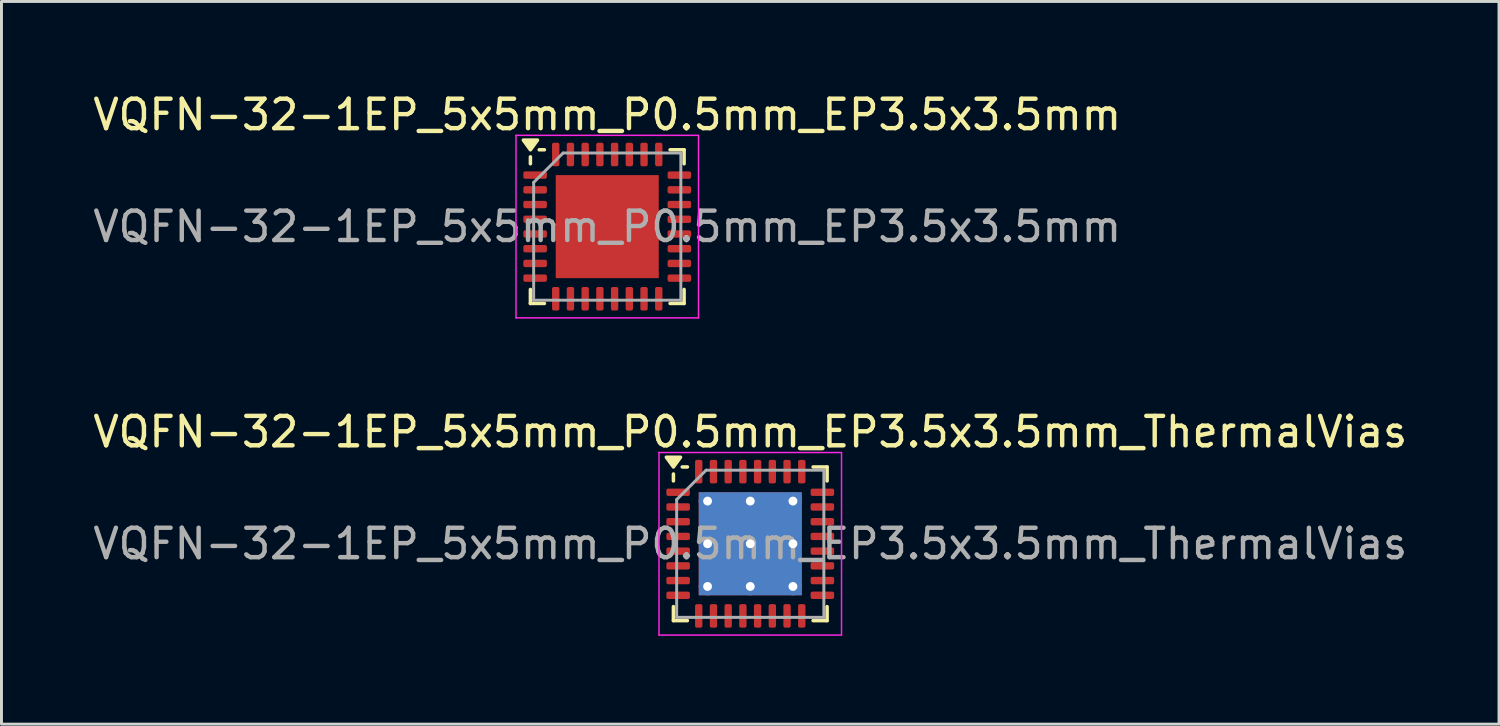
<source format=kicad_pcb>
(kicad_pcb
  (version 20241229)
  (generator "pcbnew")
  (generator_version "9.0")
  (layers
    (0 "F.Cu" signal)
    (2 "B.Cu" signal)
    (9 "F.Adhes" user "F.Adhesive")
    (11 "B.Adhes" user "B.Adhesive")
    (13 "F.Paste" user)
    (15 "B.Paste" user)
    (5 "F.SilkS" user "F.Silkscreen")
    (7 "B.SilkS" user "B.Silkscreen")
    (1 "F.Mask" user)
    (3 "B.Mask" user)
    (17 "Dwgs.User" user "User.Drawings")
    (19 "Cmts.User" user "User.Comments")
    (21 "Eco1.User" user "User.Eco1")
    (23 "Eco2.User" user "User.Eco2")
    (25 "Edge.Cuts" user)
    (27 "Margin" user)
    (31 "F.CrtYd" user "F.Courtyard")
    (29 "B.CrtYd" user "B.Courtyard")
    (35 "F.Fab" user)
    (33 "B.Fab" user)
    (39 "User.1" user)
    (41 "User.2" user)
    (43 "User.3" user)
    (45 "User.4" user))
  (footprint "VQFN-32-1EP_5x5mm_P0.5mm_EP3.5x3.5mm_ThermalVias"
    (layer "F.Cu")
    (at 22.435 15.421)
    (property "Reference" "VQFN-32-1EP_5x5mm_P0.5mm_EP3.5x3.5mm_ThermalVias" (at 0 -3.8 0) (layer "F.SilkS") (effects (font (size 1 1) (thickness 0.15))))
    (attr smd)
    (fp_line (start -2.61 -2.135) (end -2.61 -2.37) (stroke (width 0.12) (type solid)) (layer "F.SilkS"))
    (fp_line (start -2.61 2.61) (end -2.61 2.135) (stroke (width 0.12) (type solid)) (layer "F.SilkS"))
    (fp_line (start -2.135 -2.61) (end -2.31 -2.61) (stroke (width 0.12) (type solid)) (layer "F.SilkS"))
    (fp_line (start -2.135 2.61) (end -2.61 2.61) (stroke (width 0.12) (type solid)) (layer "F.SilkS"))
    (fp_line (start 2.135 -2.61) (end 2.61 -2.61) (stroke (width 0.12) (type solid)) (layer "F.SilkS"))
    (fp_line (start 2.135 2.61) (end 2.61 2.61) (stroke (width 0.12) (type solid)) (layer "F.SilkS"))
    (fp_line (start 2.61 -2.61) (end 2.61 -2.135) (stroke (width 0.12) (type solid)) (layer "F.SilkS"))
    (fp_line (start 2.61 2.61) (end 2.61 2.135) (stroke (width 0.12) (type solid)) (layer "F.SilkS"))
    (fp_poly (pts (xy -2.61 -2.61) (xy -2.85 -2.94) (xy -2.37 -2.94) (xy -2.61 -2.61)) (stroke (width 0.12) (type solid)) (fill yes) (layer "F.SilkS"))
    (fp_line (start -3.1 -3.1) (end -3.1 3.1) (stroke (width 0.05) (type solid)) (layer "F.CrtYd"))
    (fp_line (start -3.1 3.1) (end 3.1 3.1) (stroke (width 0.05) (type solid)) (layer "F.CrtYd"))
    (fp_line (start 3.1 -3.1) (end -3.1 -3.1) (stroke (width 0.05) (type solid)) (layer "F.CrtYd"))
    (fp_line (start 3.1 3.1) (end 3.1 -3.1) (stroke (width 0.05) (type solid)) (layer "F.CrtYd"))
    (fp_line (start -2.5 -1.5) (end -1.5 -2.5) (stroke (width 0.1) (type solid)) (layer "F.Fab"))
    (fp_line (start -2.5 2.5) (end -2.5 -1.5) (stroke (width 0.1) (type solid)) (layer "F.Fab"))
    (fp_line (start -1.5 -2.5) (end 2.5 -2.5) (stroke (width 0.1) (type solid)) (layer "F.Fab"))
    (fp_line (start 2.5 -2.5) (end 2.5 2.5) (stroke (width 0.1) (type solid)) (layer "F.Fab"))
    (fp_line (start 2.5 2.5) (end -2.5 2.5) (stroke (width 0.1) (type solid)) (layer "F.Fab"))
    (fp_text user "${REFERENCE}" (at 0 0 0) (layer "F.Fab") (effects (font (size 1 1) (thickness 0.15))))
    (pad "" smd roundrect (at -0.875 -0.875) (size 1.46 1.46) (layers "F.Paste") (roundrect_rratio 0.171))
    (pad "" smd roundrect (at -0.875 0.875) (size 1.46 1.46) (layers "F.Paste") (roundrect_rratio 0.171))
    (pad "" smd roundrect (at 0.875 -0.875) (size 1.46 1.46) (layers "F.Paste") (roundrect_rratio 0.171))
    (pad "" smd roundrect (at 0.875 0.875) (size 1.46 1.46) (layers "F.Paste") (roundrect_rratio 0.171))
    (pad "1" smd roundrect (at -2.45 -1.75) (size 0.8 0.25) (layers "F.Cu" "F.Mask" "F.Paste") (roundrect_rratio 0.25))
    (pad "2" smd roundrect (at -2.45 -1.25) (size 0.8 0.25) (layers "F.Cu" "F.Mask" "F.Paste") (roundrect_rratio 0.25))
    (pad "3" smd roundrect (at -2.45 -0.75) (size 0.8 0.25) (layers "F.Cu" "F.Mask" "F.Paste") (roundrect_rratio 0.25))
    (pad "4" smd roundrect (at -2.45 -0.25) (size 0.8 0.25) (layers "F.Cu" "F.Mask" "F.Paste") (roundrect_rratio 0.25))
    (pad "5" smd roundrect (at -2.45 0.25) (size 0.8 0.25) (layers "F.Cu" "F.Mask" "F.Paste") (roundrect_rratio 0.25))
    (pad "6" smd roundrect (at -2.45 0.75) (size 0.8 0.25) (layers "F.Cu" "F.Mask" "F.Paste") (roundrect_rratio 0.25))
    (pad "7" smd roundrect (at -2.45 1.25) (size 0.8 0.25) (layers "F.Cu" "F.Mask" "F.Paste") (roundrect_rratio 0.25))
    (pad "8" smd roundrect (at -2.45 1.75) (size 0.8 0.25) (layers "F.Cu" "F.Mask" "F.Paste") (roundrect_rratio 0.25))
    (pad "9" smd roundrect (at -1.75 2.45) (size 0.25 0.8) (layers "F.Cu" "F.Mask" "F.Paste") (roundrect_rratio 0.25))
    (pad "10" smd roundrect (at -1.25 2.45) (size 0.25 0.8) (layers "F.Cu" "F.Mask" "F.Paste") (roundrect_rratio 0.25))
    (pad "11" smd roundrect (at -0.75 2.45) (size 0.25 0.8) (layers "F.Cu" "F.Mask" "F.Paste") (roundrect_rratio 0.25))
    (pad "12" smd roundrect (at -0.25 2.45) (size 0.25 0.8) (layers "F.Cu" "F.Mask" "F.Paste") (roundrect_rratio 0.25))
    (pad "13" smd roundrect (at 0.25 2.45) (size 0.25 0.8) (layers "F.Cu" "F.Mask" "F.Paste") (roundrect_rratio 0.25))
    (pad "14" smd roundrect (at 0.75 2.45) (size 0.25 0.8) (layers "F.Cu" "F.Mask" "F.Paste") (roundrect_rratio 0.25))
    (pad "15" smd roundrect (at 1.25 2.45) (size 0.25 0.8) (layers "F.Cu" "F.Mask" "F.Paste") (roundrect_rratio 0.25))
    (pad "16" smd roundrect (at 1.75 2.45) (size 0.25 0.8) (layers "F.Cu" "F.Mask" "F.Paste") (roundrect_rratio 0.25))
    (pad "17" smd roundrect (at 2.45 1.75) (size 0.8 0.25) (layers "F.Cu" "F.Mask" "F.Paste") (roundrect_rratio 0.25))
    (pad "18" smd roundrect (at 2.45 1.25) (size 0.8 0.25) (layers "F.Cu" "F.Mask" "F.Paste") (roundrect_rratio 0.25))
    (pad "19" smd roundrect (at 2.45 0.75) (size 0.8 0.25) (layers "F.Cu" "F.Mask" "F.Paste") (roundrect_rratio 0.25))
    (pad "20" smd roundrect (at 2.45 0.25) (size 0.8 0.25) (layers "F.Cu" "F.Mask" "F.Paste") (roundrect_rratio 0.25))
    (pad "21" smd roundrect (at 2.45 -0.25) (size 0.8 0.25) (layers "F.Cu" "F.Mask" "F.Paste") (roundrect_rratio 0.25))
    (pad "22" smd roundrect (at 2.45 -0.75) (size 0.8 0.25) (layers "F.Cu" "F.Mask" "F.Paste") (roundrect_rratio 0.25))
    (pad "23" smd roundrect (at 2.45 -1.25) (size 0.8 0.25) (layers "F.Cu" "F.Mask" "F.Paste") (roundrect_rratio 0.25))
    (pad "24" smd roundrect (at 2.45 -1.75) (size 0.8 0.25) (layers "F.Cu" "F.Mask" "F.Paste") (roundrect_rratio 0.25))
    (pad "25" smd roundrect (at 1.75 -2.45) (size 0.25 0.8) (layers "F.Cu" "F.Mask" "F.Paste") (roundrect_rratio 0.25))
    (pad "26" smd roundrect (at 1.25 -2.45) (size 0.25 0.8) (layers "F.Cu" "F.Mask" "F.Paste") (roundrect_rratio 0.25))
    (pad "27" smd roundrect (at 0.75 -2.45) (size 0.25 0.8) (layers "F.Cu" "F.Mask" "F.Paste") (roundrect_rratio 0.25))
    (pad "28" smd roundrect (at 0.25 -2.45) (size 0.25 0.8) (layers "F.Cu" "F.Mask" "F.Paste") (roundrect_rratio 0.25))
    (pad "29" smd roundrect (at -0.25 -2.45) (size 0.25 0.8) (layers "F.Cu" "F.Mask" "F.Paste") (roundrect_rratio 0.25))
    (pad "30" smd roundrect (at -0.75 -2.45) (size 0.25 0.8) (layers "F.Cu" "F.Mask" "F.Paste") (roundrect_rratio 0.25))
    (pad "31" smd roundrect (at -1.25 -2.45) (size 0.25 0.8) (layers "F.Cu" "F.Mask" "F.Paste") (roundrect_rratio 0.25))
    (pad "32" smd roundrect (at -1.75 -2.45) (size 0.25 0.8) (layers "F.Cu" "F.Mask" "F.Paste") (roundrect_rratio 0.25))
    (pad "33" thru_hole circle (at -1.45 -1.45) (size 0.6 0.6) (drill 0.3) (property pad_prop_heatsink) (layers "*.Cu"))
    (pad "33" thru_hole circle (at -1.45 0) (size 0.6 0.6) (drill 0.3) (property pad_prop_heatsink) (layers "*.Cu"))
    (pad "33" thru_hole circle (at -1.45 1.45) (size 0.6 0.6) (drill 0.3) (property pad_prop_heatsink) (layers "*.Cu"))
    (pad "33" thru_hole circle (at 0 -1.45) (size 0.6 0.6) (drill 0.3) (property pad_prop_heatsink) (layers "*.Cu"))
    (pad "33" thru_hole circle (at 0 0) (size 0.6 0.6) (drill 0.3) (property pad_prop_heatsink) (layers "*.Cu"))
    (pad "33" smd rect (at 0 0) (size 3.5 3.5) (property pad_prop_heatsink) (layers "F.Cu" "F.Mask"))
    (pad "33" smd rect (at 0 0) (size 3.5 3.5) (property pad_prop_heatsink) (layers "B.Cu"))
    (pad "33" thru_hole circle (at 0 1.45) (size 0.6 0.6) (drill 0.3) (property pad_prop_heatsink) (layers "*.Cu"))
    (pad "33" thru_hole circle (at 1.45 -1.45) (size 0.6 0.6) (drill 0.3) (property pad_prop_heatsink) (layers "*.Cu"))
    (pad "33" thru_hole circle (at 1.45 0) (size 0.6 0.6) (drill 0.3) (property pad_prop_heatsink) (layers "*.Cu"))
    (pad "33" thru_hole circle (at 1.45 1.45) (size 0.6 0.6) (drill 0.3) (property pad_prop_heatsink) (layers "*.Cu")))
  (footprint "VQFN-32-1EP_5x5mm_P0.5mm_EP3.5x3.5mm"
    (layer "F.Cu")
    (at 17.577 4.648)
    (property "Reference" "VQFN-32-1EP_5x5mm_P0.5mm_EP3.5x3.5mm" (at 0 -3.8 0) (layer "F.SilkS") (effects (font (size 1 1) (thickness 0.15))))
    (attr smd)
    (fp_line (start -2.61 -2.135) (end -2.61 -2.37) (stroke (width 0.12) (type solid)) (layer "F.SilkS"))
    (fp_line (start -2.61 2.61) (end -2.61 2.135) (stroke (width 0.12) (type solid)) (layer "F.SilkS"))
    (fp_line (start -2.135 -2.61) (end -2.31 -2.61) (stroke (width 0.12) (type solid)) (layer "F.SilkS"))
    (fp_line (start -2.135 2.61) (end -2.61 2.61) (stroke (width 0.12) (type solid)) (layer "F.SilkS"))
    (fp_line (start 2.135 -2.61) (end 2.61 -2.61) (stroke (width 0.12) (type solid)) (layer "F.SilkS"))
    (fp_line (start 2.135 2.61) (end 2.61 2.61) (stroke (width 0.12) (type solid)) (layer "F.SilkS"))
    (fp_line (start 2.61 -2.61) (end 2.61 -2.135) (stroke (width 0.12) (type solid)) (layer "F.SilkS"))
    (fp_line (start 2.61 2.61) (end 2.61 2.135) (stroke (width 0.12) (type solid)) (layer "F.SilkS"))
    (fp_poly (pts (xy -2.61 -2.61) (xy -2.85 -2.94) (xy -2.37 -2.94) (xy -2.61 -2.61)) (stroke (width 0.12) (type solid)) (fill yes) (layer "F.SilkS"))
    (fp_line (start -3.1 -3.1) (end -3.1 3.1) (stroke (width 0.05) (type solid)) (layer "F.CrtYd"))
    (fp_line (start -3.1 3.1) (end 3.1 3.1) (stroke (width 0.05) (type solid)) (layer "F.CrtYd"))
    (fp_line (start 3.1 -3.1) (end -3.1 -3.1) (stroke (width 0.05) (type solid)) (layer "F.CrtYd"))
    (fp_line (start 3.1 3.1) (end 3.1 -3.1) (stroke (width 0.05) (type solid)) (layer "F.CrtYd"))
    (fp_line (start -2.5 -1.5) (end -1.5 -2.5) (stroke (width 0.1) (type solid)) (layer "F.Fab"))
    (fp_line (start -2.5 2.5) (end -2.5 -1.5) (stroke (width 0.1) (type solid)) (layer "F.Fab"))
    (fp_line (start -1.5 -2.5) (end 2.5 -2.5) (stroke (width 0.1) (type solid)) (layer "F.Fab"))
    (fp_line (start 2.5 -2.5) (end 2.5 2.5) (stroke (width 0.1) (type solid)) (layer "F.Fab"))
    (fp_line (start 2.5 2.5) (end -2.5 2.5) (stroke (width 0.1) (type solid)) (layer "F.Fab"))
    (fp_text user "${REFERENCE}" (at 0 0 0) (layer "F.Fab") (effects (font (size 1 1) (thickness 0.15))))
    (pad "" smd roundrect (at -0.875 -0.875) (size 1.41 1.41) (layers "F.Paste") (roundrect_rratio 0.177))
    (pad "" smd roundrect (at -0.875 0.875) (size 1.41 1.41) (layers "F.Paste") (roundrect_rratio 0.177))
    (pad "" smd roundrect (at 0.875 -0.875) (size 1.41 1.41) (layers "F.Paste") (roundrect_rratio 0.177))
    (pad "" smd roundrect (at 0.875 0.875) (size 1.41 1.41) (layers "F.Paste") (roundrect_rratio 0.177))
    (pad "1" smd roundrect (at -2.45 -1.75) (size 0.8 0.25) (layers "F.Cu" "F.Mask" "F.Paste") (roundrect_rratio 0.25))
    (pad "2" smd roundrect (at -2.45 -1.25) (size 0.8 0.25) (layers "F.Cu" "F.Mask" "F.Paste") (roundrect_rratio 0.25))
    (pad "3" smd roundrect (at -2.45 -0.75) (size 0.8 0.25) (layers "F.Cu" "F.Mask" "F.Paste") (roundrect_rratio 0.25))
    (pad "4" smd roundrect (at -2.45 -0.25) (size 0.8 0.25) (layers "F.Cu" "F.Mask" "F.Paste") (roundrect_rratio 0.25))
    (pad "5" smd roundrect (at -2.45 0.25) (size 0.8 0.25) (layers "F.Cu" "F.Mask" "F.Paste") (roundrect_rratio 0.25))
    (pad "6" smd roundrect (at -2.45 0.75) (size 0.8 0.25) (layers "F.Cu" "F.Mask" "F.Paste") (roundrect_rratio 0.25))
    (pad "7" smd roundrect (at -2.45 1.25) (size 0.8 0.25) (layers "F.Cu" "F.Mask" "F.Paste") (roundrect_rratio 0.25))
    (pad "8" smd roundrect (at -2.45 1.75) (size 0.8 0.25) (layers "F.Cu" "F.Mask" "F.Paste") (roundrect_rratio 0.25))
    (pad "9" smd roundrect (at -1.75 2.45) (size 0.25 0.8) (layers "F.Cu" "F.Mask" "F.Paste") (roundrect_rratio 0.25))
    (pad "10" smd roundrect (at -1.25 2.45) (size 0.25 0.8) (layers "F.Cu" "F.Mask" "F.Paste") (roundrect_rratio 0.25))
    (pad "11" smd roundrect (at -0.75 2.45) (size 0.25 0.8) (layers "F.Cu" "F.Mask" "F.Paste") (roundrect_rratio 0.25))
    (pad "12" smd roundrect (at -0.25 2.45) (size 0.25 0.8) (layers "F.Cu" "F.Mask" "F.Paste") (roundrect_rratio 0.25))
    (pad "13" smd roundrect (at 0.25 2.45) (size 0.25 0.8) (layers "F.Cu" "F.Mask" "F.Paste") (roundrect_rratio 0.25))
    (pad "14" smd roundrect (at 0.75 2.45) (size 0.25 0.8) (layers "F.Cu" "F.Mask" "F.Paste") (roundrect_rratio 0.25))
    (pad "15" smd roundrect (at 1.25 2.45) (size 0.25 0.8) (layers "F.Cu" "F.Mask" "F.Paste") (roundrect_rratio 0.25))
    (pad "16" smd roundrect (at 1.75 2.45) (size 0.25 0.8) (layers "F.Cu" "F.Mask" "F.Paste") (roundrect_rratio 0.25))
    (pad "17" smd roundrect (at 2.45 1.75) (size 0.8 0.25) (layers "F.Cu" "F.Mask" "F.Paste") (roundrect_rratio 0.25))
    (pad "18" smd roundrect (at 2.45 1.25) (size 0.8 0.25) (layers "F.Cu" "F.Mask" "F.Paste") (roundrect_rratio 0.25))
    (pad "19" smd roundrect (at 2.45 0.75) (size 0.8 0.25) (layers "F.Cu" "F.Mask" "F.Paste") (roundrect_rratio 0.25))
    (pad "20" smd roundrect (at 2.45 0.25) (size 0.8 0.25) (layers "F.Cu" "F.Mask" "F.Paste") (roundrect_rratio 0.25))
    (pad "21" smd roundrect (at 2.45 -0.25) (size 0.8 0.25) (layers "F.Cu" "F.Mask" "F.Paste") (roundrect_rratio 0.25))
    (pad "22" smd roundrect (at 2.45 -0.75) (size 0.8 0.25) (layers "F.Cu" "F.Mask" "F.Paste") (roundrect_rratio 0.25))
    (pad "23" smd roundrect (at 2.45 -1.25) (size 0.8 0.25) (layers "F.Cu" "F.Mask" "F.Paste") (roundrect_rratio 0.25))
    (pad "24" smd roundrect (at 2.45 -1.75) (size 0.8 0.25) (layers "F.Cu" "F.Mask" "F.Paste") (roundrect_rratio 0.25))
    (pad "25" smd roundrect (at 1.75 -2.45) (size 0.25 0.8) (layers "F.Cu" "F.Mask" "F.Paste") (roundrect_rratio 0.25))
    (pad "26" smd roundrect (at 1.25 -2.45) (size 0.25 0.8) (layers "F.Cu" "F.Mask" "F.Paste") (roundrect_rratio 0.25))
    (pad "27" smd roundrect (at 0.75 -2.45) (size 0.25 0.8) (layers "F.Cu" "F.Mask" "F.Paste") (roundrect_rratio 0.25))
    (pad "28" smd roundrect (at 0.25 -2.45) (size 0.25 0.8) (layers "F.Cu" "F.Mask" "F.Paste") (roundrect_rratio 0.25))
    (pad "29" smd roundrect (at -0.25 -2.45) (size 0.25 0.8) (layers "F.Cu" "F.Mask" "F.Paste") (roundrect_rratio 0.25))
    (pad "30" smd roundrect (at -0.75 -2.45) (size 0.25 0.8) (layers "F.Cu" "F.Mask" "F.Paste") (roundrect_rratio 0.25))
    (pad "31" smd roundrect (at -1.25 -2.45) (size 0.25 0.8) (layers "F.Cu" "F.Mask" "F.Paste") (roundrect_rratio 0.25))
    (pad "32" smd roundrect (at -1.75 -2.45) (size 0.25 0.8) (layers "F.Cu" "F.Mask" "F.Paste") (roundrect_rratio 0.25))
    (pad "33" smd rect (at 0 0) (size 3.5 3.5) (property pad_prop_heatsink) (layers "F.Cu" "F.Mask")))
  (gr_rect
    (start -3 -3)
    (end 47.869 21.547)
    (stroke (width 0.1) (type default))
    (fill no)
    (layer "Edge.Cuts")))
</source>
